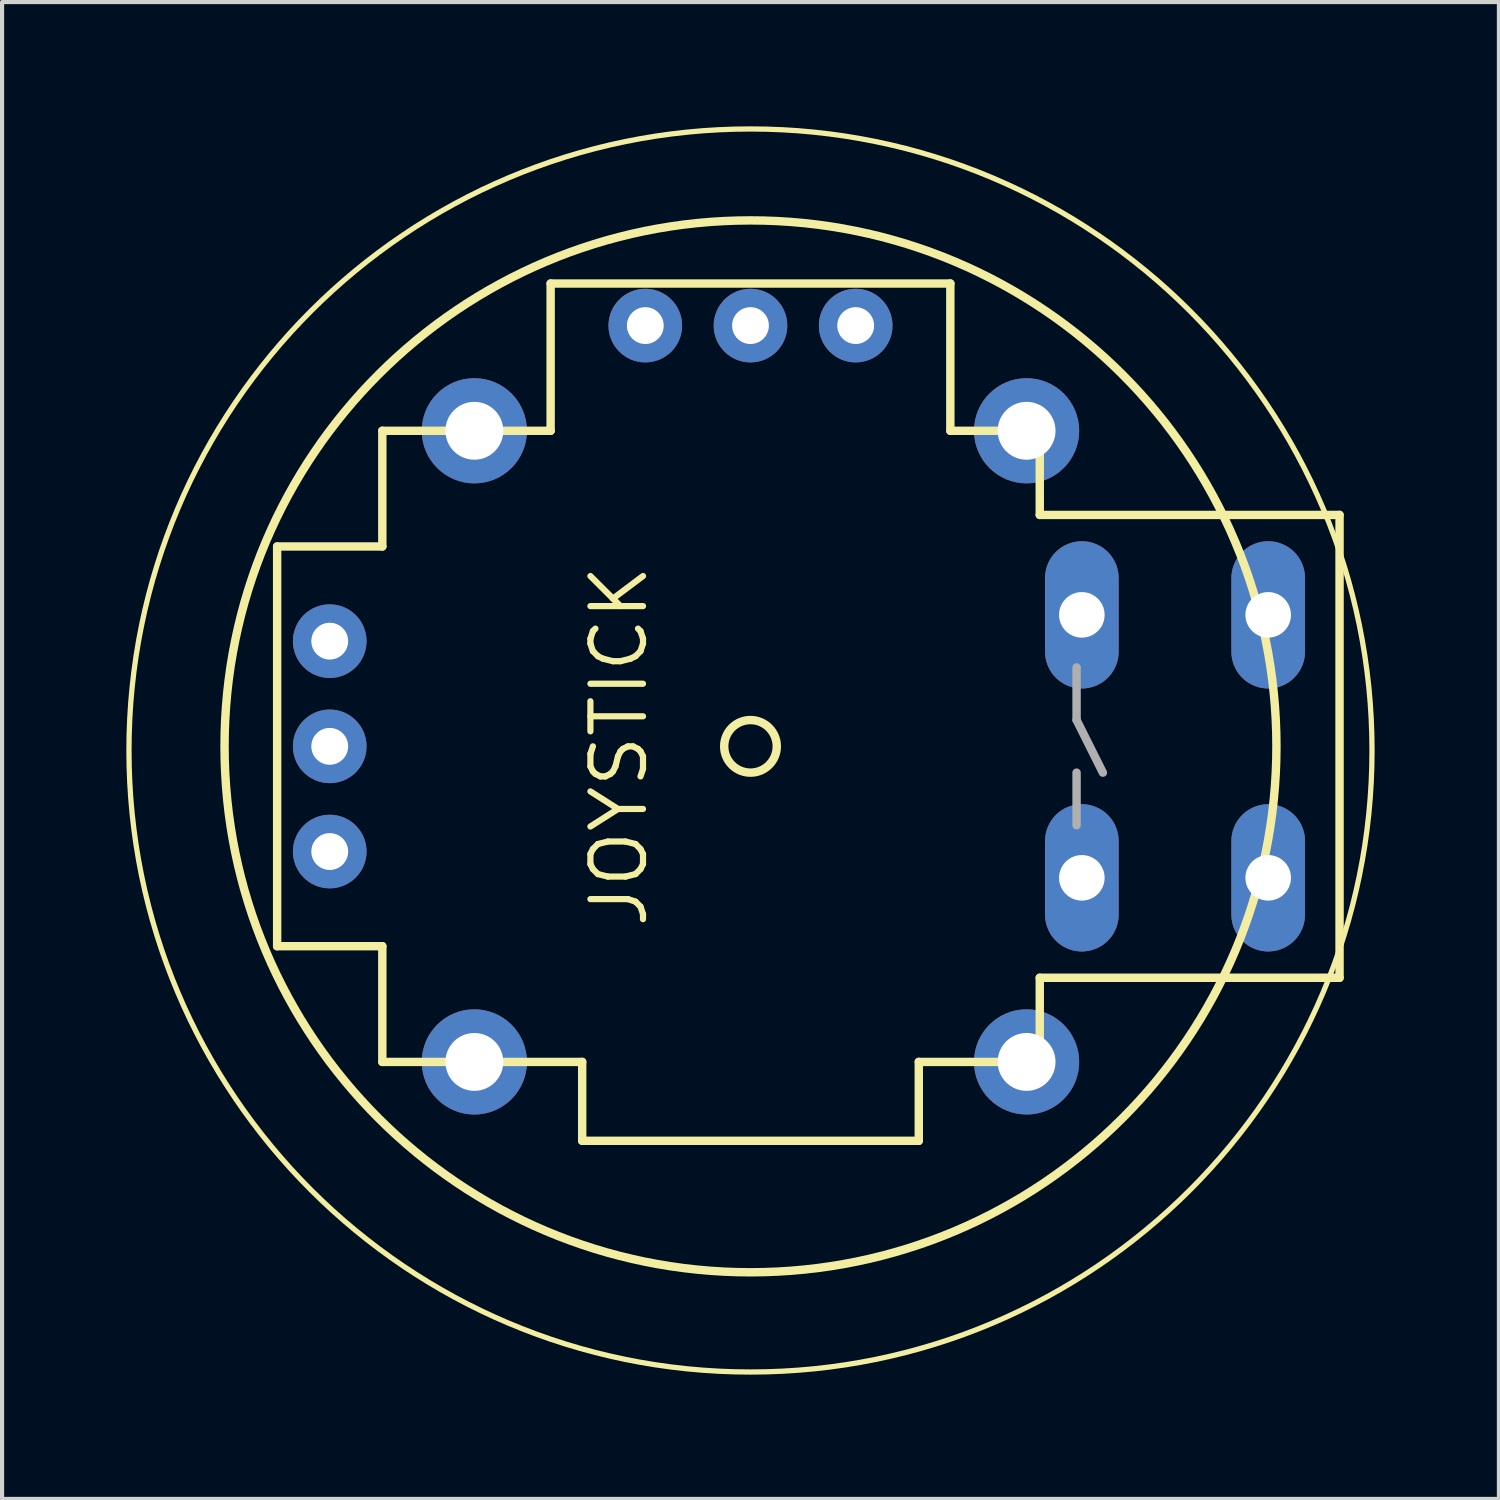
<source format=kicad_pcb>
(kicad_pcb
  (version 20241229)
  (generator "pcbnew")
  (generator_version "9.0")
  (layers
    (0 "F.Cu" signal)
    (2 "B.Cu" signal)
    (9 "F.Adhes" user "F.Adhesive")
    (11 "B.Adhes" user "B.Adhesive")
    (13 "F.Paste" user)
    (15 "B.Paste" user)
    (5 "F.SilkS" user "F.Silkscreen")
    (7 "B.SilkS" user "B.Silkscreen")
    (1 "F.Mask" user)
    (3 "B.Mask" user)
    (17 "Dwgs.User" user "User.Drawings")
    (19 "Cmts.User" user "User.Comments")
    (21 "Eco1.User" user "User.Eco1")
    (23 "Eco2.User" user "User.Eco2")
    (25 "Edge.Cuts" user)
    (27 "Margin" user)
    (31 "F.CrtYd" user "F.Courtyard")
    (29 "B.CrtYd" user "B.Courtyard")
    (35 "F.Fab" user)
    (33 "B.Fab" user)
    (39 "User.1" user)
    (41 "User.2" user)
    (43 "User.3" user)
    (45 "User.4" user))
  (footprint "JOYSTICK"
    (layer "F.Cu")
    (at 16.342 20.052)
    (property "Reference" "JOYSTICK" (at -4.445 -5.08 270) (layer "F.SilkS") (effects (font (size 1.27 1.27) (thickness 0.15))))
    (attr through_hole)
    (fp_line (start -12.7 -9.906) (end -10.16 -9.906) (stroke (width 0.203) (type solid)) (layer "F.SilkS"))
    (fp_line (start -12.7 -0.254) (end -12.7 -9.906) (stroke (width 0.203) (type solid)) (layer "F.SilkS"))
    (fp_line (start -12.7 -0.254) (end -10.16 -0.254) (stroke (width 0.203) (type solid)) (layer "F.SilkS"))
    (fp_line (start -10.16 -9.906) (end -10.16 -12.7) (stroke (width 0.203) (type solid)) (layer "F.SilkS"))
    (fp_line (start -10.16 -0.254) (end -10.16 2.54) (stroke (width 0.203) (type solid)) (layer "F.SilkS"))
    (fp_line (start -6.096 -12.7) (end -10.16 -12.7) (stroke (width 0.203) (type solid)) (layer "F.SilkS"))
    (fp_line (start -6.096 -12.7) (end -6.096 -16.256) (stroke (width 0.203) (type solid)) (layer "F.SilkS"))
    (fp_line (start -5.334 2.54) (end -10.16 2.54) (stroke (width 0.203) (type solid)) (layer "F.SilkS"))
    (fp_line (start -5.334 2.54) (end -5.334 4.445) (stroke (width 0.203) (type solid)) (layer "F.SilkS"))
    (fp_line (start 2.794 2.54) (end 2.794 4.445) (stroke (width 0.203) (type solid)) (layer "F.SilkS"))
    (fp_line (start 2.794 2.54) (end 5.715 2.54) (stroke (width 0.203) (type solid)) (layer "F.SilkS"))
    (fp_line (start 2.794 4.445) (end -5.334 4.445) (stroke (width 0.203) (type solid)) (layer "F.SilkS"))
    (fp_line (start 3.556 -16.256) (end -6.096 -16.256) (stroke (width 0.203) (type solid)) (layer "F.SilkS"))
    (fp_line (start 3.556 -12.7) (end 3.556 -16.256) (stroke (width 0.203) (type solid)) (layer "F.SilkS"))
    (fp_line (start 3.556 -12.7) (end 5.715 -12.7) (stroke (width 0.203) (type solid)) (layer "F.SilkS"))
    (fp_line (start 5.715 -10.668) (end 5.715 -12.7) (stroke (width 0.203) (type solid)) (layer "F.SilkS"))
    (fp_line (start 5.715 2.54) (end 5.715 0.508) (stroke (width 0.203) (type solid)) (layer "F.SilkS"))
    (fp_line (start 12.954 -10.668) (end 5.715 -10.668) (stroke (width 0.203) (type solid)) (layer "F.SilkS"))
    (fp_line (start 12.954 0.508) (end 5.715 0.508) (stroke (width 0.203) (type solid)) (layer "F.SilkS"))
    (fp_line (start 12.954 0.508) (end 12.954 -10.668) (stroke (width 0.203) (type solid)) (layer "F.SilkS"))
    (fp_circle (center -1.27 -5.08) (end -1.27 -4.445) (stroke (width 0.203) (type solid)) (fill no) (layer "F.SilkS"))
    (fp_circle (center -1.27 -5.08) (end 11.43 -5.08) (stroke (width 0.203) (type solid)) (fill no) (layer "F.SilkS"))
    (fp_circle (center -1.27 -4.98) (end 13.738 -4.98) (stroke (width 0.127) (type solid)) (fill no) (layer "F.SilkS"))
    (fp_line (start 6.604 -6.985) (end 6.604 -5.715) (stroke (width 0.203) (type solid)) (layer "F.Fab"))
    (fp_line (start 6.604 -5.715) (end 7.239 -4.445) (stroke (width 0.203) (type solid)) (layer "F.Fab"))
    (fp_line (start 6.604 -4.445) (end 6.604 -3.175) (stroke (width 0.203) (type solid)) (layer "F.Fab"))
    (pad "1" thru_hole circle (at 1.27 -15.24 270) (size 1.778 1.778) (drill 0.889) (layers "*.Cu" "*.Mask"))
    (pad "2" thru_hole circle (at -1.27 -15.24 270) (size 1.778 1.778) (drill 0.889) (layers "*.Cu" "*.Mask"))
    (pad "3" thru_hole circle (at -3.81 -15.24 270) (size 1.778 1.778) (drill 0.889) (layers "*.Cu" "*.Mask"))
    (pad "4" thru_hole circle (at -11.43 -7.62 270) (size 1.778 1.778) (drill 0.889) (layers "*.Cu" "*.Mask"))
    (pad "5" thru_hole circle (at -11.43 -5.08 270) (size 1.778 1.778) (drill 0.889) (layers "*.Cu" "*.Mask"))
    (pad "6" thru_hole circle (at -11.43 -2.54 270) (size 1.778 1.778) (drill 0.889) (layers "*.Cu" "*.Mask"))
    (pad "7" thru_hole oval (at 11.231 -8.255 270) (size 3.556 1.778) (drill 1.1) (layers "*.Cu" "*.Mask"))
    (pad "8" thru_hole oval (at 6.731 -8.255 270) (size 3.556 1.778) (drill 1.1) (layers "*.Cu" "*.Mask"))
    (pad "9" thru_hole oval (at 6.731 -1.905 270) (size 3.556 1.778) (drill 1.1) (layers "*.Cu" "*.Mask"))
    (pad "10" thru_hole oval (at 11.231 -1.905 270) (size 3.556 1.778) (drill 1.1) (layers "*.Cu" "*.Mask"))
    (pad "MOUNT1" thru_hole circle (at 5.397 -12.7 270) (size 2.54 2.54) (drill 1.397) (layers "*.Cu" "*.Mask"))
    (pad "MOUNT2" thru_hole circle (at -7.938 -12.7 270) (size 2.54 2.54) (drill 1.397) (layers "*.Cu" "*.Mask"))
    (pad "MOUNT3" thru_hole circle (at -7.938 2.54 270) (size 2.54 2.54) (drill 1.397) (layers "*.Cu" "*.Mask"))
    (pad "MOUNT4" thru_hole circle (at 5.397 2.54 270) (size 2.54 2.54) (drill 1.397) (layers "*.Cu" "*.Mask")))
  (gr_rect
    (start -3 -3)
    (end 33.144 33.144)
    (stroke (width 0.1) (type default))
    (fill no)
    (layer "Edge.Cuts")))
</source>
